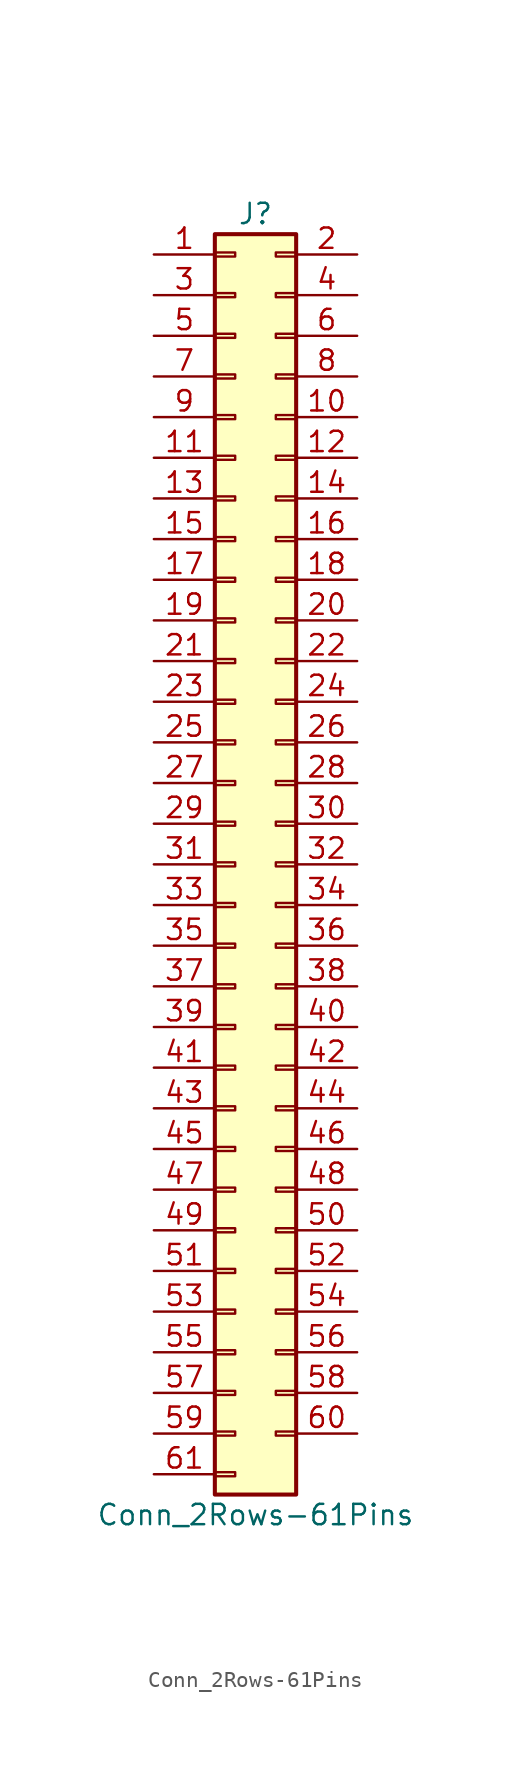
<source format=kicad_sym>
(kicad_symbol_lib
  (version 20220914)
  (generator kicad_symbol_editor)
  (symbol "Conn_2Rows-61Pins"
    (pin_names
      (offset 1.016) hide)
    (property "Reference" "J"
      (at 1.27 40.64 0)
      (effects (font (size 1.27 1.27))))
    (property "Value" "Conn_2Rows-61Pins"
      (at 1.27 -40.64 0)
      (effects (font (size 1.27 1.27))))
    (symbol "Conn_2Rows-61Pins_1_1"
      (rectangle (start -1.27 -37.973) (end 0 -38.227) (stroke (width 0.152) (type solid)) (fill (type none)))
      (rectangle (start -1.27 -35.433) (end 0 -35.687) (stroke (width 0.152) (type solid)) (fill (type none)))
      (rectangle (start -1.27 -32.893) (end 0 -33.147) (stroke (width 0.152) (type solid)) (fill (type none)))
      (rectangle (start -1.27 -30.353) (end 0 -30.607) (stroke (width 0.152) (type solid)) (fill (type none)))
      (rectangle (start -1.27 -27.813) (end 0 -28.067) (stroke (width 0.152) (type solid)) (fill (type none)))
      (rectangle (start -1.27 -25.273) (end 0 -25.527) (stroke (width 0.152) (type solid)) (fill (type none)))
      (rectangle (start -1.27 -22.733) (end 0 -22.987) (stroke (width 0.152) (type solid)) (fill (type none)))
      (rectangle (start -1.27 -20.193) (end 0 -20.447) (stroke (width 0.152) (type solid)) (fill (type none)))
      (rectangle (start -1.27 -17.653) (end 0 -17.907) (stroke (width 0.152) (type solid)) (fill (type none)))
      (rectangle (start -1.27 -15.113) (end 0 -15.367) (stroke (width 0.152) (type solid)) (fill (type none)))
      (rectangle (start -1.27 -12.573) (end 0 -12.827) (stroke (width 0.152) (type solid)) (fill (type none)))
      (rectangle (start -1.27 -10.033) (end 0 -10.287) (stroke (width 0.152) (type solid)) (fill (type none)))
      (rectangle (start -1.27 -7.493) (end 0 -7.747) (stroke (width 0.152) (type solid)) (fill (type none)))
      (rectangle (start -1.27 -4.953) (end 0 -5.207) (stroke (width 0.152) (type solid)) (fill (type none)))
      (rectangle (start -1.27 -2.413) (end 0 -2.667) (stroke (width 0.152) (type solid)) (fill (type none)))
      (rectangle (start -1.27 0.127) (end 0 -0.127) (stroke (width 0.152) (type solid)) (fill (type none)))
      (rectangle (start -1.27 2.667) (end 0 2.413) (stroke (width 0.152) (type solid)) (fill (type none)))
      (rectangle (start -1.27 5.207) (end 0 4.953) (stroke (width 0.152) (type solid)) (fill (type none)))
      (rectangle (start -1.27 7.747) (end 0 7.493) (stroke (width 0.152) (type solid)) (fill (type none)))
      (rectangle (start -1.27 10.287) (end 0 10.033) (stroke (width 0.152) (type solid)) (fill (type none)))
      (rectangle (start -1.27 12.827) (end 0 12.573) (stroke (width 0.152) (type solid)) (fill (type none)))
      (rectangle (start -1.27 15.367) (end 0 15.113) (stroke (width 0.152) (type solid)) (fill (type none)))
      (rectangle (start -1.27 17.907) (end 0 17.653) (stroke (width 0.152) (type solid)) (fill (type none)))
      (rectangle (start -1.27 20.447) (end 0 20.193) (stroke (width 0.152) (type solid)) (fill (type none)))
      (rectangle (start -1.27 22.987) (end 0 22.733) (stroke (width 0.152) (type solid)) (fill (type none)))
      (rectangle (start -1.27 25.527) (end 0 25.273) (stroke (width 0.152) (type solid)) (fill (type none)))
      (rectangle (start -1.27 28.067) (end 0 27.813) (stroke (width 0.152) (type solid)) (fill (type none)))
      (rectangle (start -1.27 30.607) (end 0 30.353) (stroke (width 0.152) (type solid)) (fill (type none)))
      (rectangle (start -1.27 33.147) (end 0 32.893) (stroke (width 0.152) (type solid)) (fill (type none)))
      (rectangle (start -1.27 35.687) (end 0 35.433) (stroke (width 0.152) (type solid)) (fill (type none)))
      (rectangle (start -1.27 38.227) (end 0 37.973) (stroke (width 0.152) (type solid)) (fill (type none)))
      (rectangle (start -1.27 39.37) (end 3.81 -39.37) (stroke (width 0.254) (type solid)) (fill (type background)))
      (rectangle (start 3.81 -35.433) (end 2.54 -35.687) (stroke (width 0.152) (type solid)) (fill (type none)))
      (rectangle (start 3.81 -32.893) (end 2.54 -33.147) (stroke (width 0.152) (type solid)) (fill (type none)))
      (rectangle (start 3.81 -30.353) (end 2.54 -30.607) (stroke (width 0.152) (type solid)) (fill (type none)))
      (rectangle (start 3.81 -27.813) (end 2.54 -28.067) (stroke (width 0.152) (type solid)) (fill (type none)))
      (rectangle (start 3.81 -25.273) (end 2.54 -25.527) (stroke (width 0.152) (type solid)) (fill (type none)))
      (rectangle (start 3.81 -22.733) (end 2.54 -22.987) (stroke (width 0.152) (type solid)) (fill (type none)))
      (rectangle (start 3.81 -20.193) (end 2.54 -20.447) (stroke (width 0.152) (type solid)) (fill (type none)))
      (rectangle (start 3.81 -17.653) (end 2.54 -17.907) (stroke (width 0.152) (type solid)) (fill (type none)))
      (rectangle (start 3.81 -15.113) (end 2.54 -15.367) (stroke (width 0.152) (type solid)) (fill (type none)))
      (rectangle (start 3.81 -12.573) (end 2.54 -12.827) (stroke (width 0.152) (type solid)) (fill (type none)))
      (rectangle (start 3.81 -10.033) (end 2.54 -10.287) (stroke (width 0.152) (type solid)) (fill (type none)))
      (rectangle (start 3.81 -7.493) (end 2.54 -7.747) (stroke (width 0.152) (type solid)) (fill (type none)))
      (rectangle (start 3.81 -4.953) (end 2.54 -5.207) (stroke (width 0.152) (type solid)) (fill (type none)))
      (rectangle (start 3.81 -2.413) (end 2.54 -2.667) (stroke (width 0.152) (type solid)) (fill (type none)))
      (rectangle (start 3.81 0.127) (end 2.54 -0.127) (stroke (width 0.152) (type solid)) (fill (type none)))
      (rectangle (start 3.81 2.667) (end 2.54 2.413) (stroke (width 0.152) (type solid)) (fill (type none)))
      (rectangle (start 3.81 5.207) (end 2.54 4.953) (stroke (width 0.152) (type solid)) (fill (type none)))
      (rectangle (start 3.81 7.747) (end 2.54 7.493) (stroke (width 0.152) (type solid)) (fill (type none)))
      (rectangle (start 3.81 10.287) (end 2.54 10.033) (stroke (width 0.152) (type solid)) (fill (type none)))
      (rectangle (start 3.81 12.827) (end 2.54 12.573) (stroke (width 0.152) (type solid)) (fill (type none)))
      (rectangle (start 3.81 15.367) (end 2.54 15.113) (stroke (width 0.152) (type solid)) (fill (type none)))
      (rectangle (start 3.81 17.907) (end 2.54 17.653) (stroke (width 0.152) (type solid)) (fill (type none)))
      (rectangle (start 3.81 20.447) (end 2.54 20.193) (stroke (width 0.152) (type solid)) (fill (type none)))
      (rectangle (start 3.81 22.987) (end 2.54 22.733) (stroke (width 0.152) (type solid)) (fill (type none)))
      (rectangle (start 3.81 25.527) (end 2.54 25.273) (stroke (width 0.152) (type solid)) (fill (type none)))
      (rectangle (start 3.81 28.067) (end 2.54 27.813) (stroke (width 0.152) (type solid)) (fill (type none)))
      (rectangle (start 3.81 30.607) (end 2.54 30.353) (stroke (width 0.152) (type solid)) (fill (type none)))
      (rectangle (start 3.81 33.147) (end 2.54 32.893) (stroke (width 0.152) (type solid)) (fill (type none)))
      (rectangle (start 3.81 35.687) (end 2.54 35.433) (stroke (width 0.152) (type solid)) (fill (type none)))
      (rectangle (start 3.81 38.227) (end 2.54 37.973) (stroke (width 0.152) (type solid)) (fill (type none)))
      (pin passive line (at -5.08 38.1 0) (length 3.81) (name "Pin_1" (effects (font (size 1.27 1.27)))) (number "1" (effects (font (size 1.27 1.27)))))
      (pin passive line (at 7.62 27.94 180) (length 3.81) (name "Pin_10" (effects (font (size 1.27 1.27)))) (number "10" (effects (font (size 1.27 1.27)))))
      (pin passive line (at -5.08 25.4 0) (length 3.81) (name "Pin_11" (effects (font (size 1.27 1.27)))) (number "11" (effects (font (size 1.27 1.27)))))
      (pin passive line (at 7.62 25.4 180) (length 3.81) (name "Pin_12" (effects (font (size 1.27 1.27)))) (number "12" (effects (font (size 1.27 1.27)))))
      (pin passive line (at -5.08 22.86 0) (length 3.81) (name "Pin_13" (effects (font (size 1.27 1.27)))) (number "13" (effects (font (size 1.27 1.27)))))
      (pin passive line (at 7.62 22.86 180) (length 3.81) (name "Pin_14" (effects (font (size 1.27 1.27)))) (number "14" (effects (font (size 1.27 1.27)))))
      (pin passive line (at -5.08 20.32 0) (length 3.81) (name "Pin_15" (effects (font (size 1.27 1.27)))) (number "15" (effects (font (size 1.27 1.27)))))
      (pin passive line (at 7.62 20.32 180) (length 3.81) (name "Pin_16" (effects (font (size 1.27 1.27)))) (number "16" (effects (font (size 1.27 1.27)))))
      (pin passive line (at -5.08 17.78 0) (length 3.81) (name "Pin_17" (effects (font (size 1.27 1.27)))) (number "17" (effects (font (size 1.27 1.27)))))
      (pin passive line (at 7.62 17.78 180) (length 3.81) (name "Pin_18" (effects (font (size 1.27 1.27)))) (number "18" (effects (font (size 1.27 1.27)))))
      (pin passive line (at -5.08 15.24 0) (length 3.81) (name "Pin_19" (effects (font (size 1.27 1.27)))) (number "19" (effects (font (size 1.27 1.27)))))
      (pin passive line (at 7.62 38.1 180) (length 3.81) (name "Pin_2" (effects (font (size 1.27 1.27)))) (number "2" (effects (font (size 1.27 1.27)))))
      (pin passive line (at 7.62 15.24 180) (length 3.81) (name "Pin_20" (effects (font (size 1.27 1.27)))) (number "20" (effects (font (size 1.27 1.27)))))
      (pin passive line (at -5.08 12.7 0) (length 3.81) (name "Pin_21" (effects (font (size 1.27 1.27)))) (number "21" (effects (font (size 1.27 1.27)))))
      (pin passive line (at 7.62 12.7 180) (length 3.81) (name "Pin_22" (effects (font (size 1.27 1.27)))) (number "22" (effects (font (size 1.27 1.27)))))
      (pin passive line (at -5.08 10.16 0) (length 3.81) (name "Pin_23" (effects (font (size 1.27 1.27)))) (number "23" (effects (font (size 1.27 1.27)))))
      (pin passive line (at 7.62 10.16 180) (length 3.81) (name "Pin_24" (effects (font (size 1.27 1.27)))) (number "24" (effects (font (size 1.27 1.27)))))
      (pin passive line (at -5.08 7.62 0) (length 3.81) (name "Pin_25" (effects (font (size 1.27 1.27)))) (number "25" (effects (font (size 1.27 1.27)))))
      (pin passive line (at 7.62 7.62 180) (length 3.81) (name "Pin_26" (effects (font (size 1.27 1.27)))) (number "26" (effects (font (size 1.27 1.27)))))
      (pin passive line (at -5.08 5.08 0) (length 3.81) (name "Pin_27" (effects (font (size 1.27 1.27)))) (number "27" (effects (font (size 1.27 1.27)))))
      (pin passive line (at 7.62 5.08 180) (length 3.81) (name "Pin_28" (effects (font (size 1.27 1.27)))) (number "28" (effects (font (size 1.27 1.27)))))
      (pin passive line (at -5.08 2.54 0) (length 3.81) (name "Pin_29" (effects (font (size 1.27 1.27)))) (number "29" (effects (font (size 1.27 1.27)))))
      (pin passive line (at -5.08 35.56 0) (length 3.81) (name "Pin_3" (effects (font (size 1.27 1.27)))) (number "3" (effects (font (size 1.27 1.27)))))
      (pin passive line (at 7.62 2.54 180) (length 3.81) (name "Pin_30" (effects (font (size 1.27 1.27)))) (number "30" (effects (font (size 1.27 1.27)))))
      (pin passive line (at -5.08 0 0) (length 3.81) (name "Pin_31" (effects (font (size 1.27 1.27)))) (number "31" (effects (font (size 1.27 1.27)))))
      (pin passive line (at 7.62 0 180) (length 3.81) (name "Pin_32" (effects (font (size 1.27 1.27)))) (number "32" (effects (font (size 1.27 1.27)))))
      (pin passive line (at -5.08 -2.54 0) (length 3.81) (name "Pin_33" (effects (font (size 1.27 1.27)))) (number "33" (effects (font (size 1.27 1.27)))))
      (pin passive line (at 7.62 -2.54 180) (length 3.81) (name "Pin_34" (effects (font (size 1.27 1.27)))) (number "34" (effects (font (size 1.27 1.27)))))
      (pin passive line (at -5.08 -5.08 0) (length 3.81) (name "Pin_35" (effects (font (size 1.27 1.27)))) (number "35" (effects (font (size 1.27 1.27)))))
      (pin passive line (at 7.62 -5.08 180) (length 3.81) (name "Pin_36" (effects (font (size 1.27 1.27)))) (number "36" (effects (font (size 1.27 1.27)))))
      (pin passive line (at -5.08 -7.62 0) (length 3.81) (name "Pin_37" (effects (font (size 1.27 1.27)))) (number "37" (effects (font (size 1.27 1.27)))))
      (pin passive line (at 7.62 -7.62 180) (length 3.81) (name "Pin_38" (effects (font (size 1.27 1.27)))) (number "38" (effects (font (size 1.27 1.27)))))
      (pin passive line (at -5.08 -10.16 0) (length 3.81) (name "Pin_39" (effects (font (size 1.27 1.27)))) (number "39" (effects (font (size 1.27 1.27)))))
      (pin passive line (at 7.62 35.56 180) (length 3.81) (name "Pin_4" (effects (font (size 1.27 1.27)))) (number "4" (effects (font (size 1.27 1.27)))))
      (pin passive line (at 7.62 -10.16 180) (length 3.81) (name "Pin_40" (effects (font (size 1.27 1.27)))) (number "40" (effects (font (size 1.27 1.27)))))
      (pin passive line (at -5.08 -12.7 0) (length 3.81) (name "Pin_41" (effects (font (size 1.27 1.27)))) (number "41" (effects (font (size 1.27 1.27)))))
      (pin passive line (at 7.62 -12.7 180) (length 3.81) (name "Pin_42" (effects (font (size 1.27 1.27)))) (number "42" (effects (font (size 1.27 1.27)))))
      (pin passive line (at -5.08 -15.24 0) (length 3.81) (name "Pin_43" (effects (font (size 1.27 1.27)))) (number "43" (effects (font (size 1.27 1.27)))))
      (pin passive line (at 7.62 -15.24 180) (length 3.81) (name "Pin_44" (effects (font (size 1.27 1.27)))) (number "44" (effects (font (size 1.27 1.27)))))
      (pin passive line (at -5.08 -17.78 0) (length 3.81) (name "Pin_45" (effects (font (size 1.27 1.27)))) (number "45" (effects (font (size 1.27 1.27)))))
      (pin passive line (at 7.62 -17.78 180) (length 3.81) (name "Pin_46" (effects (font (size 1.27 1.27)))) (number "46" (effects (font (size 1.27 1.27)))))
      (pin passive line (at -5.08 -20.32 0) (length 3.81) (name "Pin_47" (effects (font (size 1.27 1.27)))) (number "47" (effects (font (size 1.27 1.27)))))
      (pin passive line (at 7.62 -20.32 180) (length 3.81) (name "Pin_48" (effects (font (size 1.27 1.27)))) (number "48" (effects (font (size 1.27 1.27)))))
      (pin passive line (at -5.08 -22.86 0) (length 3.81) (name "Pin_49" (effects (font (size 1.27 1.27)))) (number "49" (effects (font (size 1.27 1.27)))))
      (pin passive line (at -5.08 33.02 0) (length 3.81) (name "Pin_5" (effects (font (size 1.27 1.27)))) (number "5" (effects (font (size 1.27 1.27)))))
      (pin passive line (at 7.62 -22.86 180) (length 3.81) (name "Pin_50" (effects (font (size 1.27 1.27)))) (number "50" (effects (font (size 1.27 1.27)))))
      (pin passive line (at -5.08 -25.4 0) (length 3.81) (name "Pin_51" (effects (font (size 1.27 1.27)))) (number "51" (effects (font (size 1.27 1.27)))))
      (pin passive line (at 7.62 -25.4 180) (length 3.81) (name "Pin_52" (effects (font (size 1.27 1.27)))) (number "52" (effects (font (size 1.27 1.27)))))
      (pin passive line (at -5.08 -27.94 0) (length 3.81) (name "Pin_53" (effects (font (size 1.27 1.27)))) (number "53" (effects (font (size 1.27 1.27)))))
      (pin passive line (at 7.62 -27.94 180) (length 3.81) (name "Pin_54" (effects (font (size 1.27 1.27)))) (number "54" (effects (font (size 1.27 1.27)))))
      (pin passive line (at -5.08 -30.48 0) (length 3.81) (name "Pin_55" (effects (font (size 1.27 1.27)))) (number "55" (effects (font (size 1.27 1.27)))))
      (pin passive line (at 7.62 -30.48 180) (length 3.81) (name "Pin_56" (effects (font (size 1.27 1.27)))) (number "56" (effects (font (size 1.27 1.27)))))
      (pin passive line (at -5.08 -33.02 0) (length 3.81) (name "Pin_57" (effects (font (size 1.27 1.27)))) (number "57" (effects (font (size 1.27 1.27)))))
      (pin passive line (at 7.62 -33.02 180) (length 3.81) (name "Pin_58" (effects (font (size 1.27 1.27)))) (number "58" (effects (font (size 1.27 1.27)))))
      (pin passive line (at -5.08 -35.56 0) (length 3.81) (name "Pin_59" (effects (font (size 1.27 1.27)))) (number "59" (effects (font (size 1.27 1.27)))))
      (pin passive line (at 7.62 33.02 180) (length 3.81) (name "Pin_6" (effects (font (size 1.27 1.27)))) (number "6" (effects (font (size 1.27 1.27)))))
      (pin passive line (at 7.62 -35.56 180) (length 3.81) (name "Pin_60" (effects (font (size 1.27 1.27)))) (number "60" (effects (font (size 1.27 1.27)))))
      (pin passive line (at -5.08 -38.1 0) (length 3.81) (name "Pin_61" (effects (font (size 1.27 1.27)))) (number "61" (effects (font (size 1.27 1.27)))))
      (pin passive line (at -5.08 30.48 0) (length 3.81) (name "Pin_7" (effects (font (size 1.27 1.27)))) (number "7" (effects (font (size 1.27 1.27)))))
      (pin passive line (at 7.62 30.48 180) (length 3.81) (name "Pin_8" (effects (font (size 1.27 1.27)))) (number "8" (effects (font (size 1.27 1.27)))))
      (pin passive line (at -5.08 27.94 0) (length 3.81) (name "Pin_9" (effects (font (size 1.27 1.27)))) (number "9" (effects (font (size 1.27 1.27))))))))
</source>
